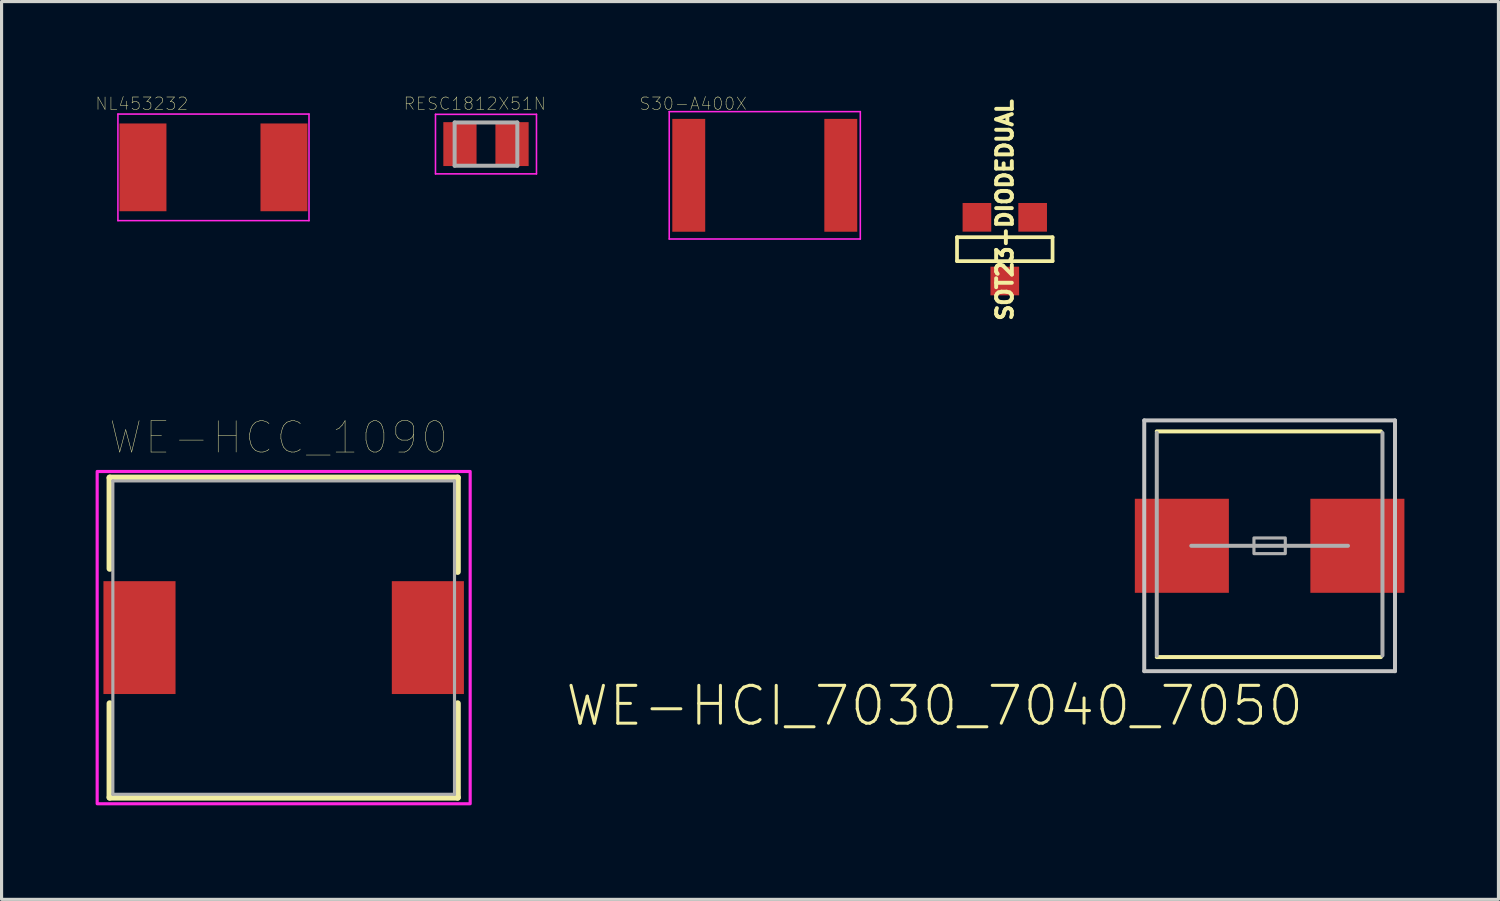
<source format=kicad_pcb>
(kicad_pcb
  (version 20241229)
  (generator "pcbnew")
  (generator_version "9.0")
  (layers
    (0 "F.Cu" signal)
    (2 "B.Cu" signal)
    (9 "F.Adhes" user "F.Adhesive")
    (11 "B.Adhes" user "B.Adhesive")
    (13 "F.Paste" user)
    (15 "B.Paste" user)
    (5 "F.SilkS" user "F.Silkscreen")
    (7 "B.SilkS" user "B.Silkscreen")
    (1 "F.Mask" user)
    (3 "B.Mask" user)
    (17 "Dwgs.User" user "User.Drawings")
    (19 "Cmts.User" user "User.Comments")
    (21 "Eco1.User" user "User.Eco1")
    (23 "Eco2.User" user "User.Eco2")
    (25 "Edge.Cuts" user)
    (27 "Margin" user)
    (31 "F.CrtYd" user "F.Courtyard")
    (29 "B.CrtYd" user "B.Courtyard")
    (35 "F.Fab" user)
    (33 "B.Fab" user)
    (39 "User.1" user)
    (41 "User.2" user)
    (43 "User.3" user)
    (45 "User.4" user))
  (footprint "S30-A400X"
    (layer "F.Cu")
    (at 21.348 2.543)
    (property "Reference" "S30-A400X" (at -2.286 -2.286 0) (layer "F.SilkS") (effects (font (size 0.394 0.394) (thickness 0.015))))
    (attr through_hole)
    (fp_line (start -3.048 -2.032) (end 3.048 -2.032) (stroke (width 0.05) (type solid)) (layer "F.CrtYd"))
    (fp_line (start -3.048 2.032) (end -3.048 -2.032) (stroke (width 0.05) (type solid)) (layer "F.CrtYd"))
    (fp_line (start -3.048 2.032) (end 3.048 2.032) (stroke (width 0.05) (type solid)) (layer "F.CrtYd"))
    (fp_line (start 3.048 2.032) (end 3.048 -2.032) (stroke (width 0.05) (type solid)) (layer "F.CrtYd"))
    (pad "1" smd rect (at -2.425 0) (size 1.05 3.6) (layers "F.Cu" "F.Mask" "F.Paste"))
    (pad "2" smd rect (at 2.425 0) (size 1.05 3.6) (layers "F.Cu" "F.Mask" "F.Paste")))
  (footprint "SOT23-DIODEDUAL"
    (layer "F.Cu")
    (at 29.005 4.899)
    (property "Reference" "SOT23-DIODEDUAL" (at 0 -1.25 90) (layer "F.SilkS") (effects (font (size 0.5 0.5) (thickness 0.125))))
    (attr smd)
    (fp_line (start -1.524 -0.381) (end 1.524 -0.381) (stroke (width 0.119) (type solid)) (layer "F.SilkS"))
    (fp_line (start -1.524 0.381) (end -1.524 -0.381) (stroke (width 0.119) (type solid)) (layer "F.SilkS"))
    (fp_line (start 1.524 -0.381) (end 1.524 0.381) (stroke (width 0.119) (type solid)) (layer "F.SilkS"))
    (fp_line (start 1.524 0.381) (end -1.524 0.381) (stroke (width 0.119) (type solid)) (layer "F.SilkS"))
    (pad "1" smd rect (at 0.889 -1.016) (size 0.914 0.914) (layers "F.Cu" "F.Mask" "F.Paste"))
    (pad "2" smd rect (at -0.889 -1.016) (size 0.914 0.914) (layers "F.Cu" "F.Mask" "F.Paste"))
    (pad "3" smd rect (at 0 1.016) (size 0.914 0.914) (layers "F.Cu" "F.Mask" "F.Paste")))
  (footprint "RESC1812X51N"
    (layer "F.Cu")
    (at 12.454 1.547)
    (property "Reference" "RESC1812X51N" (at -0.36 -1.29 0) (layer "F.SilkS") (effects (font (size 0.394 0.394) (thickness 0.015))))
    (attr through_hole)
    (fp_line (start -1.611 -0.95) (end 1.611 -0.95) (stroke (width 0.05) (type solid)) (layer "F.CrtYd"))
    (fp_line (start -1.611 0.95) (end -1.611 -0.95) (stroke (width 0.05) (type solid)) (layer "F.CrtYd"))
    (fp_line (start -1.611 0.95) (end 1.611 0.95) (stroke (width 0.05) (type solid)) (layer "F.CrtYd"))
    (fp_line (start 1.611 0.95) (end 1.611 -0.95) (stroke (width 0.05) (type solid)) (layer "F.CrtYd"))
    (fp_line (start -1 0.69) (end -1 -0.69) (stroke (width 0.127) (type solid)) (layer "F.Fab"))
    (fp_line (start 1 -0.69) (end -1 -0.69) (stroke (width 0.127) (type solid)) (layer "F.Fab"))
    (fp_line (start 1 0.69) (end -1 0.69) (stroke (width 0.127) (type solid)) (layer "F.Fab"))
    (fp_line (start 1 0.69) (end 1 -0.69) (stroke (width 0.127) (type solid)) (layer "F.Fab"))
    (pad "1" smd rect (at -0.831 0) (size 1.06 1.4) (layers "F.Cu" "F.Mask" "F.Paste"))
    (pad "2" smd rect (at 0.831 0) (size 1.06 1.4) (layers "F.Cu" "F.Mask" "F.Paste")))
  (footprint "WE-HCI_7030_7040_7050"
    (layer "F.Cu")
    (at 37.454 14.362)
    (property "Reference" "WE-HCI_7030_7040_7050" (at 1.15 4.4 180) (layer "F.SilkS") (effects (font (size 1.206 1.206) (thickness 0.097)) (justify right top)))
    (attr through_hole)
    (fp_line (start -3.6 -3.65) (end 3.55 -3.65) (stroke (width 0.127) (type solid)) (layer "F.SilkS"))
    (fp_line (start -3.6 3.55) (end 3.55 3.55) (stroke (width 0.127) (type solid)) (layer "F.SilkS"))
    (fp_line (start -4 -4) (end -4 4) (stroke (width 0.127) (type solid)) (layer "Dwgs.User"))
    (fp_line (start -4 4) (end 4 4) (stroke (width 0.127) (type solid)) (layer "Dwgs.User"))
    (fp_line (start 4 -4) (end -4 -4) (stroke (width 0.127) (type solid)) (layer "Dwgs.User"))
    (fp_line (start 4 4) (end 4 -4) (stroke (width 0.127) (type solid)) (layer "Dwgs.User"))
    (fp_line (start -3.6 -3.6) (end -3.6 3.5) (stroke (width 0.127) (type solid)) (layer "F.Fab"))
    (fp_line (start -2.5 0) (end 2.5 0) (stroke (width 0.127) (type solid)) (layer "F.Fab"))
    (fp_line (start 3.6 -3.6) (end 3.6 3.5) (stroke (width 0.127) (type solid)) (layer "F.Fab"))
    (fp_poly (pts (xy -0.5 0.25) (xy 0.5 0.25) (xy 0.5 -0.25) (xy -0.5 -0.25)) (stroke (width 0.1) (type solid)) (fill no) (layer "F.Fab"))
    (pad "1" smd rect (at -2.8 0 180) (size 3 3) (layers "F.Cu" "F.Mask" "F.Paste"))
    (pad "2" smd rect (at 2.8 0 180) (size 3 3) (layers "F.Cu" "F.Mask" "F.Paste")))
  (footprint "WE-HCC_1090"
    (layer "F.Cu")
    (at 6 17.291)
    (property "Reference" "WE-HCC_1090" (at -0.16 -6.381 0) (layer "F.SilkS") (effects (font (size 1 1) (thickness 0.015))))
    (attr through_hole)
    (fp_line (start -5.55 -5.1) (end 5.55 -5.1) (stroke (width 0.2) (type solid)) (layer "F.SilkS"))
    (fp_line (start -5.55 -2.2) (end -5.55 -5.1) (stroke (width 0.2) (type solid)) (layer "F.SilkS"))
    (fp_line (start -5.55 2.1) (end -5.55 5.1) (stroke (width 0.2) (type solid)) (layer "F.SilkS"))
    (fp_line (start -5.55 5.1) (end 5.55 5.1) (stroke (width 0.2) (type solid)) (layer "F.SilkS"))
    (fp_line (start 5.55 -5.1) (end 5.55 -2.1) (stroke (width 0.2) (type solid)) (layer "F.SilkS"))
    (fp_line (start 5.55 5.1) (end 5.55 2.1) (stroke (width 0.2) (type solid)) (layer "F.SilkS"))
    (fp_poly (pts (xy -5.95 -5.3) (xy 5.95 -5.3) (xy 5.95 5.3) (xy -5.95 5.3)) (stroke (width 0.1) (type solid)) (fill no) (layer "F.CrtYd"))
    (fp_line (start -5.45 -5) (end -5.45 5) (stroke (width 0.1) (type solid)) (layer "F.Fab"))
    (fp_line (start -5.45 5) (end 5.45 5) (stroke (width 0.1) (type solid)) (layer "F.Fab"))
    (fp_line (start 5.45 -5) (end -5.45 -5) (stroke (width 0.1) (type solid)) (layer "F.Fab"))
    (fp_line (start 5.45 5) (end 5.45 -5) (stroke (width 0.1) (type solid)) (layer "F.Fab"))
    (pad "1" smd rect (at -4.6 0) (size 2.3 3.6) (layers "F.Cu" "F.Mask" "F.Paste"))
    (pad "2" smd rect (at 4.6 0) (size 2.3 3.6) (layers "F.Cu" "F.Mask" "F.Paste")))
  (footprint "NL453232"
    (layer "F.Cu")
    (at 3.76 2.289)
    (property "Reference" "NL453232" (at -2.286 -2.032 0) (layer "F.SilkS") (effects (font (size 0.394 0.394) (thickness 0.015))))
    (attr through_hole)
    (fp_line (start -3.048 -1.7) (end 3.048 -1.7) (stroke (width 0.05) (type solid)) (layer "F.CrtYd"))
    (fp_line (start -3.048 1.7) (end -3.048 -1.7) (stroke (width 0.05) (type solid)) (layer "F.CrtYd"))
    (fp_line (start -3.048 1.7) (end 3.048 1.7) (stroke (width 0.05) (type solid)) (layer "F.CrtYd"))
    (fp_line (start 3.048 1.7) (end 3.048 -1.7) (stroke (width 0.05) (type solid)) (layer "F.CrtYd"))
    (pad "1" smd rect (at -2.25 0) (size 1.5 2.8) (layers "F.Cu" "F.Mask" "F.Paste"))
    (pad "2" smd rect (at 2.25 0) (size 1.5 2.8) (layers "F.Cu" "F.Mask" "F.Paste")))
  (gr_rect
    (start -3 -3)
    (end 44.754 25.641)
    (stroke (width 0.1) (type default))
    (fill no)
    (layer "Edge.Cuts")))
</source>
